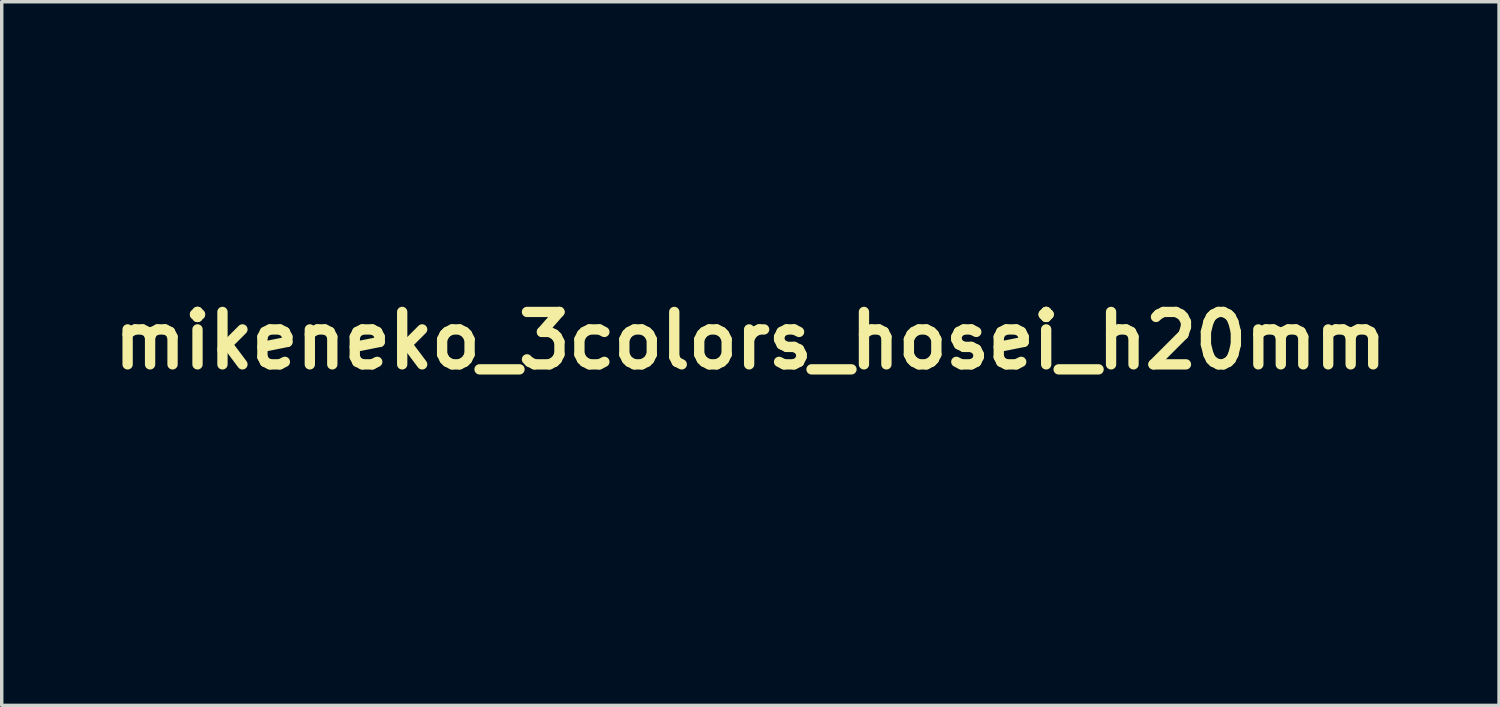
<source format=kicad_pcb>
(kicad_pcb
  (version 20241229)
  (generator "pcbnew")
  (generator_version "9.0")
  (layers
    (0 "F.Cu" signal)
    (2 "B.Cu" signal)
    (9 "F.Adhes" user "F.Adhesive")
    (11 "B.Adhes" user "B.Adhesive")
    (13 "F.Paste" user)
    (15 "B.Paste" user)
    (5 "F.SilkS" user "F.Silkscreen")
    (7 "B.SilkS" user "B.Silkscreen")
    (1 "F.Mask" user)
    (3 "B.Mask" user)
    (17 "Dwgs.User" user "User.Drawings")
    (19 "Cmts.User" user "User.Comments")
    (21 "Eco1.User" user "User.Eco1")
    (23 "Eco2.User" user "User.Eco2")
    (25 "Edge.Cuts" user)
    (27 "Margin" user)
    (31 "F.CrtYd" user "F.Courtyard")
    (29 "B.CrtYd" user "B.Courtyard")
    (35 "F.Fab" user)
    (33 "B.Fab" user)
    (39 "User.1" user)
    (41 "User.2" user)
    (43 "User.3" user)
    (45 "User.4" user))
  (footprint "mikeneko_3colors_hosei_h20mm"
    (layer "F.Cu")
    (at 18.767 6.854)
    (property "Reference" "mikeneko_3colors_hosei_h20mm" (at 0 0 0) (layer "F.SilkS") (effects (font (size 1.524 1.524) (thickness 0.3))))
    (attr board_only exclude_from_pos_files exclude_from_bom)
    (fp_poly (pts (xy 5.387 -2.123) (xy 5.566 -2.115) (xy 5.71 -2.098) (xy 5.846 -2.068) (xy 5.996 -2.023) (xy 6.031 -2.012) (xy 6.444 -1.844) (xy 6.788 -1.639) (xy 7.062 -1.398) (xy 7.263 -1.123) (xy 7.39 -0.817) (xy 7.439 -0.508) (xy 7.444 -0.338) (xy 7.43 -0.209) (xy 7.392 -0.082) (xy 7.324 0.071) (xy 7.146 0.373) (xy 6.911 0.629) (xy 6.615 0.842) (xy 6.25 1.019) (xy 5.978 1.114) (xy 5.737 1.17) (xy 5.448 1.208) (xy 5.145 1.225) (xy 4.861 1.221) (xy 4.69 1.203) (xy 4.29 1.106) (xy 3.917 0.954) (xy 3.582 0.754) (xy 3.298 0.513) (xy 3.076 0.239) (xy 2.988 0.086) (xy 2.927 -0.054) (xy 2.892 -0.184) (xy 2.878 -0.338) (xy 2.875 -0.476) (xy 2.879 -0.655) (xy 2.897 -0.787) (xy 2.935 -0.904) (xy 3.002 -1.04) (xy 3.013 -1.059) (xy 3.217 -1.358) (xy 3.484 -1.611) (xy 3.819 -1.823) (xy 4.224 -1.996) (xy 4.282 -2.016) (xy 4.434 -2.063) (xy 4.57 -2.094) (xy 4.712 -2.113) (xy 4.885 -2.123) (xy 5.114 -2.125) (xy 5.15 -2.125)) (stroke (width 0) (type solid)) (fill yes) (layer "F.Mask"))
    (fp_poly (pts (xy -5.806 -0.205) (xy -5.582 -0.201) (xy -5.4 -0.195) (xy -5.274 -0.187) (xy -5.215 -0.178) (xy -5.212 -0.175) (xy -5.24 -0.135) (xy -5.316 -0.05) (xy -5.428 0.069) (xy -5.567 0.21) (xy -5.585 0.228) (xy -5.957 0.598) (xy -5.957 1.273) (xy -5.954 1.571) (xy -5.944 1.8) (xy -5.923 1.975) (xy -5.888 2.111) (xy -5.837 2.22) (xy -5.766 2.318) (xy -5.717 2.372) (xy -5.544 2.506) (xy -5.332 2.583) (xy -5.076 2.606) (xy -4.802 2.572) (xy -4.571 2.472) (xy -4.391 2.313) (xy -4.269 2.1) (xy -4.23 1.965) (xy -4.195 1.852) (xy -4.145 1.804) (xy -4.115 1.8) (xy -4.042 1.831) (xy -4.021 1.924) (xy -4.054 2.077) (xy -4.076 2.139) (xy -4.215 2.396) (xy -4.411 2.596) (xy -4.656 2.733) (xy -4.941 2.804) (xy -5.088 2.812) (xy -5.334 2.791) (xy -5.525 2.735) (xy -5.677 2.65) (xy -5.824 2.541) (xy -5.943 2.428) (xy -6.015 2.327) (xy -6.021 2.311) (xy -6.041 2.27) (xy -6.073 2.273) (xy -6.132 2.328) (xy -6.196 2.402) (xy -6.407 2.588) (xy -6.655 2.711) (xy -6.926 2.771) (xy -7.203 2.765) (xy -7.469 2.693) (xy -7.71 2.554) (xy -7.753 2.518) (xy -7.873 2.39) (xy -7.973 2.245) (xy -8.046 2.096) (xy -8.088 1.958) (xy -8.095 1.846) (xy -8.061 1.776) (xy -8.007 1.758) (xy -7.947 1.781) (xy -7.907 1.861) (xy -7.891 1.924) (xy -7.803 2.164) (xy -7.654 2.353) (xy -7.449 2.485) (xy -7.197 2.555) (xy -7.043 2.565) (xy -6.816 2.551) (xy -6.643 2.505) (xy -6.497 2.417) (xy -6.438 2.366) (xy -6.343 2.267) (xy -6.272 2.163) (xy -6.223 2.04) (xy -6.191 1.883) (xy -6.173 1.679) (xy -6.166 1.413) (xy -6.165 1.261) (xy -6.164 0.598) (xy -6.536 0.228) (xy -6.677 0.085) (xy -6.793 -0.037) (xy -6.874 -0.127) (xy -6.908 -0.173) (xy -6.908 -0.175) (xy -6.869 -0.185) (xy -6.759 -0.193) (xy -6.591 -0.2) (xy -6.377 -0.205) (xy -6.129 -0.207) (xy -6.06 -0.207)) (stroke (width 0) (type solid)) (fill yes) (layer "F.Mask"))
    (fp_poly (pts (xy -11.004 -6.841) (xy -10.902 -6.788) (xy -10.777 -6.706) (xy -10.761 -6.695) (xy -10.668 -6.628) (xy -10.518 -6.519) (xy -10.321 -6.376) (xy -10.087 -6.206) (xy -9.826 -6.017) (xy -9.547 -5.815) (xy -9.354 -5.676) (xy -8.193 -4.836) (xy -7.857 -4.942) (xy -7.328 -5.075) (xy -6.755 -5.158) (xy -6.16 -5.19) (xy -5.563 -5.172) (xy -4.985 -5.103) (xy -4.447 -4.984) (xy -4.316 -4.945) (xy -4.155 -4.896) (xy -4.05 -4.871) (xy -3.981 -4.869) (xy -3.926 -4.889) (xy -3.892 -4.91) (xy -3.835 -4.949) (xy -3.72 -5.031) (xy -3.554 -5.149) (xy -3.347 -5.298) (xy -3.107 -5.471) (xy -2.842 -5.662) (xy -2.609 -5.83) (xy -2.327 -6.033) (xy -2.062 -6.225) (xy -1.821 -6.398) (xy -1.614 -6.548) (xy -1.449 -6.666) (xy -1.335 -6.748) (xy -1.287 -6.782) (xy -1.195 -6.842) (xy -1.142 -6.854) (xy -1.104 -6.823) (xy -1.099 -6.815) (xy -1.083 -6.758) (xy -1.062 -6.627) (xy -1.038 -6.429) (xy -1.01 -6.175) (xy -0.979 -5.871) (xy -0.948 -5.527) (xy -0.93 -5.32) (xy -0.81 -3.891) (xy -0.705 -3.921) (xy -0.642 -3.927) (xy -0.506 -3.933) (xy -0.305 -3.938) (xy -0.049 -3.942) (xy 0.254 -3.946) (xy 0.595 -3.948) (xy 0.963 -3.95) (xy 1.2 -3.95) (xy 1.734 -3.948) (xy 2.199 -3.944) (xy 2.608 -3.936) (xy 2.975 -3.924) (xy 3.313 -3.907) (xy 3.635 -3.883) (xy 3.956 -3.853) (xy 4.289 -3.814) (xy 4.646 -3.768) (xy 4.985 -3.72) (xy 5.931 -3.564) (xy 6.83 -3.378) (xy 7.68 -3.162) (xy 8.478 -2.919) (xy 9.221 -2.649) (xy 9.906 -2.355) (xy 10.53 -2.038) (xy 11.089 -1.699) (xy 11.581 -1.339) (xy 12.003 -0.961) (xy 12.352 -0.566) (xy 12.624 -0.155) (xy 12.793 0.204) (xy 12.886 0.537) (xy 12.933 0.925) (xy 12.936 1.355) (xy 12.897 1.814) (xy 12.819 2.291) (xy 12.702 2.771) (xy 12.548 3.242) (xy 12.36 3.692) (xy 12.274 3.866) (xy 11.942 4.416) (xy 11.539 4.929) (xy 11.067 5.403) (xy 10.532 5.837) (xy 9.935 6.228) (xy 9.281 6.575) (xy 8.573 6.876) (xy 7.815 7.128) (xy 7.01 7.331) (xy 6.162 7.482) (xy 5.399 7.569) (xy 5.08 7.588) (xy 4.701 7.6) (xy 4.286 7.605) (xy 3.857 7.601) (xy 3.437 7.59) (xy 3.049 7.572) (xy 2.73 7.548) (xy 2.253 7.495) (xy 1.729 7.421) (xy 1.189 7.332) (xy 0.665 7.234) (xy 0.29 7.154) (xy 0.068 7.07) (xy -0.15 6.927) (xy -0.348 6.743) (xy -0.509 6.535) (xy -0.615 6.321) (xy -0.643 6.213) (xy -0.665 6.094) (xy -0.685 6.003) (xy -0.687 5.995) (xy -0.707 5.971) (xy -0.761 5.949) (xy -0.859 5.927) (xy -1.008 5.903) (xy -1.22 5.875) (xy -1.503 5.843) (xy -1.562 5.837) (xy -2.481 5.72) (xy -3.385 5.572) (xy -4.258 5.395) (xy -5.084 5.194) (xy -5.849 4.972) (xy -5.998 4.923) (xy -6.228 4.853) (xy -6.471 4.79) (xy -6.539 4.775) (xy -5.828 4.775) (xy -5.592 4.849) (xy -5.099 4.993) (xy -4.542 5.133) (xy -3.941 5.267) (xy -3.313 5.39) (xy -2.679 5.498) (xy -2.056 5.589) (xy -1.465 5.658) (xy -1.386 5.666) (xy -1.131 5.69) (xy -0.946 5.704) (xy -0.819 5.707) (xy -0.737 5.697) (xy -0.688 5.67) (xy -0.659 5.625) (xy -0.639 5.56) (xy -0.631 5.531) (xy -0.517 5.256) (xy -0.334 5.011) (xy -0.095 4.806) (xy 0.186 4.654) (xy 0.321 4.608) (xy 0.398 4.586) (xy 0.465 4.57) (xy 0.533 4.562) (xy 0.615 4.562) (xy 0.722 4.572) (xy 0.866 4.591) (xy 1.059 4.622) (xy 1.312 4.665) (xy 1.572 4.711) (xy 2.132 4.803) (xy 2.633 4.876) (xy 3.095 4.93) (xy 3.539 4.967) (xy 3.984 4.989) (xy 4.452 4.998) (xy 4.962 4.994) (xy 5.026 4.993) (xy 5.484 4.982) (xy 5.875 4.965) (xy 6.213 4.941) (xy 6.514 4.908) (xy 6.793 4.864) (xy 7.065 4.807) (xy 7.345 4.735) (xy 7.507 4.689) (xy 7.989 4.529) (xy 8.407 4.348) (xy 8.779 4.135) (xy 9.125 3.879) (xy 9.433 3.599) (xy 9.617 3.413) (xy 9.754 3.259) (xy 9.861 3.114) (xy 9.956 2.958) (xy 10.022 2.833) (xy 10.216 2.382) (xy 10.349 1.906) (xy 10.425 1.407) (xy 10.442 1.234) (xy 10.455 1.092) (xy 10.464 1.003) (xy 10.465 0.982) (xy 10.501 0.957) (xy 10.549 0.951) (xy 10.593 0.96) (xy 10.618 0.996) (xy 10.629 1.078) (xy 10.632 1.225) (xy 10.632 1.231) (xy 10.617 1.487) (xy 10.577 1.784) (xy 10.518 2.087) (xy 10.445 2.359) (xy 10.439 2.379) (xy 10.239 2.863) (xy 9.969 3.306) (xy 9.631 3.706) (xy 9.226 4.062) (xy 8.756 4.373) (xy 8.224 4.637) (xy 7.63 4.854) (xy 6.976 5.022) (xy 6.266 5.141) (xy 6.002 5.17) (xy 5.823 5.189) (xy 5.679 5.205) (xy 5.587 5.218) (xy 5.562 5.223) (xy 5.564 5.264) (xy 5.572 5.374) (xy 5.586 5.54) (xy 5.603 5.748) (xy 5.623 5.984) (xy 5.645 6.235) (xy 5.668 6.488) (xy 5.689 6.73) (xy 5.709 6.946) (xy 5.726 7.123) (xy 5.738 7.249) (xy 5.745 7.309) (xy 5.746 7.312) (xy 5.79 7.322) (xy 5.908 7.315) (xy 6.101 7.291) (xy 6.373 7.249) (xy 6.433 7.239) (xy 7.313 7.06) (xy 8.136 6.828) (xy 8.903 6.542) (xy 9.609 6.204) (xy 10.253 5.816) (xy 10.833 5.376) (xy 10.99 5.239) (xy 11.174 5.055) (xy 11.38 4.822) (xy 11.591 4.56) (xy 11.79 4.293) (xy 11.957 4.042) (xy 12.012 3.95) (xy 12.169 3.654) (xy 12.309 3.335) (xy 12.44 2.974) (xy 12.568 2.554) (xy 12.603 2.429) (xy 12.664 2.197) (xy 12.705 2.011) (xy 12.731 1.842) (xy 12.745 1.661) (xy 12.751 1.437) (xy 12.753 1.333) (xy 12.749 0.997) (xy 12.726 0.721) (xy 12.682 0.482) (xy 12.611 0.26) (xy 12.509 0.031) (xy 12.498 0.009) (xy 12.259 -0.379) (xy 11.942 -0.755) (xy 11.55 -1.118) (xy 11.089 -1.465) (xy 10.56 -1.796) (xy 9.969 -2.107) (xy 9.319 -2.398) (xy 8.615 -2.666) (xy 7.859 -2.909) (xy 7.057 -3.126) (xy 6.212 -3.314) (xy 5.327 -3.473) (xy 5.068 -3.512) (xy 4.693 -3.565) (xy 4.354 -3.61) (xy 4.038 -3.647) (xy 3.732 -3.676) (xy 3.424 -3.699) (xy 3.101 -3.717) (xy 2.75 -3.729) (xy 2.36 -3.737) (xy 1.917 -3.742) (xy 1.409 -3.744) (xy 1.172 -3.744) (xy 0.782 -3.743) (xy 0.418 -3.742) (xy 0.088 -3.739) (xy -0.2 -3.736) (xy -0.437 -3.732) (xy -0.616 -3.728) (xy -0.727 -3.723) (xy -0.763 -3.718) (xy -0.766 -3.673) (xy -0.761 -3.554) (xy -0.749 -3.37) (xy -0.733 -3.131) (xy -0.711 -2.845) (xy -0.684 -2.52) (xy -0.654 -2.167) (xy -0.643 -2.039) (xy -0.611 -1.678) (xy -0.581 -1.342) (xy -0.555 -1.042) (xy -0.533 -0.785) (xy -0.515 -0.581) (xy -0.503 -0.438) (xy -0.497 -0.366) (xy -0.496 -0.359) (xy -0.457 -0.351) (xy -0.347 -0.342) (xy -0.179 -0.334) (xy 0.036 -0.328) (xy 0.284 -0.323) (xy 0.362 -0.321) (xy 0.649 -0.317) (xy 0.864 -0.313) (xy 1.017 -0.307) (xy 1.118 -0.298) (xy 1.179 -0.286) (xy 1.209 -0.268) (xy 1.219 -0.245) (xy 1.22 -0.228) (xy 1.217 -0.2) (xy 1.2 -0.179) (xy 1.158 -0.163) (xy 1.082 -0.153) (xy 0.96 -0.145) (xy 0.783 -0.14) (xy 0.539 -0.136) (xy 0.371 -0.134) (xy -0.479 -0.122) (xy -0.548 0.363) (xy -0.578 0.562) (xy -0.605 0.738) (xy -0.629 0.87) (xy -0.643 0.935) (xy -0.649 0.964) (xy -0.641 0.986) (xy -0.61 1.003) (xy -0.545 1.018) (xy -0.437 1.031) (xy -0.276 1.044) (xy -0.052 1.058) (xy 0.243 1.076) (xy 0.511 1.093) (xy 0.752 1.111) (xy 0.955 1.128) (xy 1.105 1.144) (xy 1.19 1.156) (xy 1.204 1.161) (xy 1.243 1.215) (xy 1.217 1.271) (xy 1.14 1.312) (xy 1.054 1.324) (xy 0.955 1.321) (xy 0.792 1.313) (xy 0.583 1.301) (xy 0.347 1.286) (xy 0.102 1.269) (xy -0.133 1.253) (xy -0.34 1.237) (xy -0.501 1.223) (xy -0.521 1.221) (xy -0.732 1.2) (xy -0.779 1.355) (xy -0.82 1.465) (xy -0.887 1.619) (xy -0.968 1.788) (xy -0.99 1.83) (xy -1.067 1.984) (xy -1.111 2.08) (xy -1.122 2.133) (xy -1.106 2.158) (xy -1.064 2.172) (xy -1.063 2.172) (xy -0.998 2.186) (xy -0.865 2.214) (xy -0.674 2.252) (xy -0.44 2.3) (xy -0.173 2.353) (xy 0.034 2.395) (xy 0.314 2.452) (xy 0.567 2.507) (xy 0.783 2.556) (xy 0.949 2.597) (xy 1.055 2.628) (xy 1.087 2.642) (xy 1.11 2.699) (xy 1.083 2.74) (xy 1.051 2.752) (xy 0.986 2.753) (xy 0.878 2.743) (xy 0.721 2.72) (xy 0.507 2.682) (xy 0.228 2.629) (xy -0.124 2.56) (xy -1.28 2.33) (xy -1.389 2.494) (xy -1.499 2.64) (xy -1.658 2.821) (xy -1.847 3.019) (xy -2.05 3.219) (xy -2.249 3.402) (xy -2.429 3.552) (xy -2.459 3.575) (xy -3.012 3.939) (xy -3.614 4.242) (xy -4.256 4.481) (xy -4.927 4.65) (xy -5.398 4.724) (xy -5.828 4.775) (xy -6.539 4.775) (xy -6.695 4.74) (xy -6.826 4.718) (xy -7.47 4.598) (xy -8.1 4.414) (xy -8.701 4.173) (xy -9.257 3.879) (xy -9.639 3.627) (xy -9.831 3.474) (xy -10.048 3.28) (xy -10.269 3.067) (xy -10.474 2.854) (xy -10.64 2.663) (xy -10.684 2.607) (xy -10.77 2.492) (xy -10.833 2.407) (xy -10.861 2.369) (xy -10.861 2.369) (xy -10.901 2.374) (xy -11.011 2.393) (xy -11.181 2.425) (xy -11.399 2.467) (xy -11.655 2.518) (xy -11.897 2.566) (xy -12.182 2.622) (xy -12.443 2.672) (xy -12.669 2.713) (xy -12.847 2.743) (xy -12.966 2.76) (xy -13.01 2.762) (xy -13.08 2.72) (xy -13.093 2.673) (xy -13.085 2.648) (xy -13.056 2.623) (xy -12.996 2.597) (xy -12.897 2.568) (xy -12.749 2.532) (xy -12.543 2.488) (xy -12.271 2.433) (xy -12.059 2.39) (xy -11.778 2.334) (xy -11.525 2.283) (xy -11.311 2.239) (xy -11.147 2.205) (xy -11.044 2.182) (xy -11.012 2.173) (xy -11.024 2.134) (xy -11.068 2.041) (xy -11.133 1.914) (xy -11.142 1.898) (xy -11.228 1.729) (xy -11.308 1.555) (xy -11.359 1.432) (xy -11.433 1.229) (xy -11.912 1.255) (xy -12.161 1.269) (xy -12.436 1.285) (xy -12.695 1.301) (xy -12.813 1.308) (xy -13.005 1.32) (xy -13.131 1.322) (xy -13.206 1.314) (xy -13.245 1.294) (xy -13.263 1.264) (xy -13.265 1.19) (xy -13.243 1.162) (xy -13.189 1.15) (xy -13.065 1.136) (xy -12.886 1.119) (xy -12.663 1.101) (xy -12.411 1.083) (xy -12.359 1.08) (xy -12.105 1.064) (xy -11.882 1.049) (xy -11.702 1.036) (xy -11.577 1.027) (xy -11.519 1.021) (xy -11.516 1.021) (xy -11.521 0.98) (xy -11.54 0.876) (xy -11.57 0.729) (xy -11.587 0.641) (xy -11.623 0.448) (xy -11.65 0.259) (xy -11.664 0.108) (xy -11.665 0.073) (xy -11.666 -0.122) (xy -12.462 -0.134) (xy -12.737 -0.138) (xy -12.94 -0.143) (xy -13.083 -0.149) (xy -13.175 -0.159) (xy -13.227 -0.172) (xy -13.252 -0.192) (xy -13.258 -0.218) (xy -13.258 -0.228) (xy -13.255 -0.256) (xy -13.237 -0.278) (xy -13.193 -0.293) (xy -13.113 -0.304) (xy -12.986 -0.311) (xy -12.801 -0.316) (xy -12.547 -0.32) (xy -12.471 -0.321) (xy -11.688 -0.333) (xy -11.471 -0.333) (xy -10.565 -0.321) (xy -10.269 -0.317) (xy -10.046 -0.313) (xy -9.885 -0.308) (xy -9.777 -0.3) (xy -9.71 -0.288) (xy -9.675 -0.272) (xy -9.661 -0.25) (xy -9.659 -0.228) (xy -9.663 -0.2) (xy -9.679 -0.18) (xy -9.719 -0.165) (xy -9.793 -0.154) (xy -9.911 -0.146) (xy -10.083 -0.141) (xy -10.32 -0.137) (xy -10.559 -0.134) (xy -11.459 -0.122) (xy -11.459 0.094) (xy -11.45 0.241) (xy -11.428 0.431) (xy -11.396 0.627) (xy -11.39 0.656) (xy -11.322 1.002) (xy -10.718 0.968) (xy -10.394 0.95) (xy -10.144 0.938) (xy -9.957 0.932) (xy -9.825 0.933) (xy -9.739 0.942) (xy -9.688 0.958) (xy -9.665 0.981) (xy -9.659 1.014) (xy -9.664 1.044) (xy -9.687 1.067) (xy -9.738 1.086) (xy -9.829 1.101) (xy -9.973 1.116) (xy -10.179 1.133) (xy -10.363 1.146) (xy -10.602 1.164) (xy -10.817 1.18) (xy -10.992 1.194) (xy -11.112 1.204) (xy -11.156 1.208) (xy -11.246 1.22) (xy -11.156 1.427) (xy -11.086 1.578) (xy -10.997 1.757) (xy -10.929 1.886) (xy -10.792 2.139) (xy -10.19 2.017) (xy -9.93 1.967) (xy -9.741 1.938) (xy -9.614 1.93) (xy -9.542 1.944) (xy -9.515 1.979) (xy -9.525 2.036) (xy -9.526 2.04) (xy -9.58 2.077) (xy -9.713 2.12) (xy -9.922 2.17) (xy -10.05 2.195) (xy -10.246 2.235) (xy -10.415 2.272) (xy -10.538 2.302) (xy -10.598 2.321) (xy -10.598 2.322) (xy -10.603 2.369) (xy -10.555 2.461) (xy -10.463 2.588) (xy -10.336 2.74) (xy -10.183 2.905) (xy -10.011 3.072) (xy -9.992 3.089) (xy -9.609 3.403) (xy -9.168 3.7) (xy -8.694 3.964) (xy -8.214 4.182) (xy -7.881 4.301) (xy -7.438 4.413) (xy -6.944 4.494) (xy -6.424 4.541) (xy -5.904 4.552) (xy -5.408 4.527) (xy -5.085 4.486) (xy -4.428 4.335) (xy -3.785 4.108) (xy -3.17 3.809) (xy -2.777 3.569) (xy -2.611 3.447) (xy -2.42 3.29) (xy -2.218 3.112) (xy -2.019 2.925) (xy -1.838 2.743) (xy -1.689 2.58) (xy -1.586 2.449) (xy -1.562 2.411) (xy -1.49 2.285) (xy -1.991 2.188) (xy -2.231 2.138) (xy -2.396 2.092) (xy -2.491 2.047) (xy -2.525 2.001) (xy -2.503 1.949) (xy -2.492 1.938) (xy -2.434 1.925) (xy -2.303 1.936) (xy -2.098 1.969) (xy -1.924 2.002) (xy -1.723 2.04) (xy -1.552 2.069) (xy -1.425 2.084) (xy -1.36 2.085) (xy -1.357 2.084) (xy -1.322 2.037) (xy -1.263 1.934) (xy -1.19 1.796) (xy -1.113 1.641) (xy -1.042 1.489) (xy -0.986 1.362) (xy -0.955 1.277) (xy -0.951 1.259) (xy -0.97 1.233) (xy -1.031 1.21) (xy -1.142 1.19) (xy -1.312 1.171) (xy -1.549 1.153) (xy -1.855 1.133) (xy -2.075 1.118) (xy -2.223 1.099) (xy -2.31 1.077) (xy -2.346 1.048) (xy -2.346 1.047) (xy -2.357 0.995) (xy -2.337 0.959) (xy -2.278 0.937) (xy -2.17 0.928) (xy -2.004 0.93) (xy -1.771 0.942) (xy -1.596 0.954) (xy -1.366 0.969) (xy -1.165 0.979) (xy -1.009 0.984) (xy -0.91 0.983) (xy -0.882 0.979) (xy -0.855 0.918) (xy -0.821 0.795) (xy -0.786 0.631) (xy -0.754 0.446) (xy -0.728 0.261) (xy -0.719 0.177) (xy -0.692 -0.122) (xy -1.515 -0.134) (xy -1.795 -0.138) (xy -2.003 -0.142) (xy -2.15 -0.149) (xy -2.246 -0.158) (xy -2.302 -0.171) (xy -2.329 -0.19) (xy -2.337 -0.215) (xy -2.337 -0.228) (xy -2.334 -0.256) (xy -2.316 -0.277) (xy -2.274 -0.292) (xy -2.196 -0.303) (xy -2.072 -0.31) (xy -1.891 -0.315) (xy -1.643 -0.32) (xy -1.515 -0.321) (xy -0.692 -0.333) (xy -0.72 -0.644) (xy -0.812 -1.215) (xy -0.979 -1.762) (xy -1.217 -2.28) (xy -1.519 -2.766) (xy -1.882 -3.215) (xy -2.299 -3.624) (xy -2.766 -3.988) (xy -3.279 -4.303) (xy -3.831 -4.565) (xy -4.394 -4.761) (xy -3.723 -4.761) (xy -3.688 -4.734) (xy -3.595 -4.682) (xy -3.461 -4.614) (xy -3.398 -4.584) (xy -2.832 -4.272) (xy -2.307 -3.89) (xy -1.829 -3.443) (xy -1.402 -2.935) (xy -1.069 -2.434) (xy -0.988 -2.305) (xy -0.923 -2.215) (xy -0.885 -2.179) (xy -0.879 -2.181) (xy -0.88 -2.23) (xy -0.887 -2.353) (xy -0.901 -2.541) (xy -0.92 -2.787) (xy -0.943 -3.082) (xy -0.971 -3.417) (xy -1.002 -3.784) (xy -1.031 -4.122) (xy -1.066 -4.519) (xy -1.098 -4.899) (xy -1.128 -5.252) (xy -1.155 -5.569) (xy -1.177 -5.839) (xy -1.194 -6.054) (xy -1.205 -6.203) (xy -1.209 -6.267) (xy -1.225 -6.427) (xy -1.253 -6.506) (xy -1.273 -6.515) (xy -1.316 -6.492) (xy -1.416 -6.427) (xy -1.564 -6.327) (xy -1.751 -6.197) (xy -1.967 -6.046) (xy -2.203 -5.879) (xy -2.45 -5.703) (xy -2.699 -5.525) (xy -2.94 -5.35) (xy -3.165 -5.187) (xy -3.364 -5.041) (xy -3.527 -4.919) (xy -3.647 -4.827) (xy -3.713 -4.773) (xy -3.723 -4.761) (xy -4.394 -4.761) (xy -4.417 -4.769) (xy -5.034 -4.913) (xy -5.675 -4.991) (xy -6.069 -5.005) (xy -6.394 -4.992) (xy -6.766 -4.956) (xy -7.15 -4.9) (xy -7.516 -4.83) (xy -7.729 -4.778) (xy -8.037 -4.679) (xy -8.383 -4.539) (xy -8.741 -4.373) (xy -9.082 -4.191) (xy -9.372 -4.013) (xy -9.597 -3.845) (xy -9.847 -3.63) (xy -10.102 -3.386) (xy -10.346 -3.132) (xy -10.559 -2.886) (xy -10.723 -2.666) (xy -10.734 -2.649) (xy -10.991 -2.201) (xy -11.198 -1.731) (xy -11.348 -1.258) (xy -11.434 -0.8) (xy -11.447 -0.673) (xy -11.471 -0.333) (xy -11.688 -0.333) (xy -11.683 -0.333) (xy -11.612 -1.128) (xy -11.584 -1.434) (xy -11.553 -1.786) (xy -11.519 -2.176) (xy -11.482 -2.593) (xy -11.443 -3.03) (xy -11.404 -3.477) (xy -11.365 -3.924) (xy -11.326 -4.364) (xy -11.29 -4.786) (xy -11.255 -5.182) (xy -11.224 -5.543) (xy -11.197 -5.86) (xy -11.174 -6.122) (xy -11.157 -6.323) (xy -11.146 -6.452) (xy -11.145 -6.467) (xy -11.122 -6.676) (xy -11.093 -6.806) (xy -11.062 -6.854)) (stroke (width 0) (type solid)) (fill yes) (layer "F.Mask")))
  (gr_rect
    (start -3 -3)
    (end 40.534 17.458)
    (stroke (width 0.1) (type default))
    (fill no)
    (layer "Edge.Cuts")))
</source>
